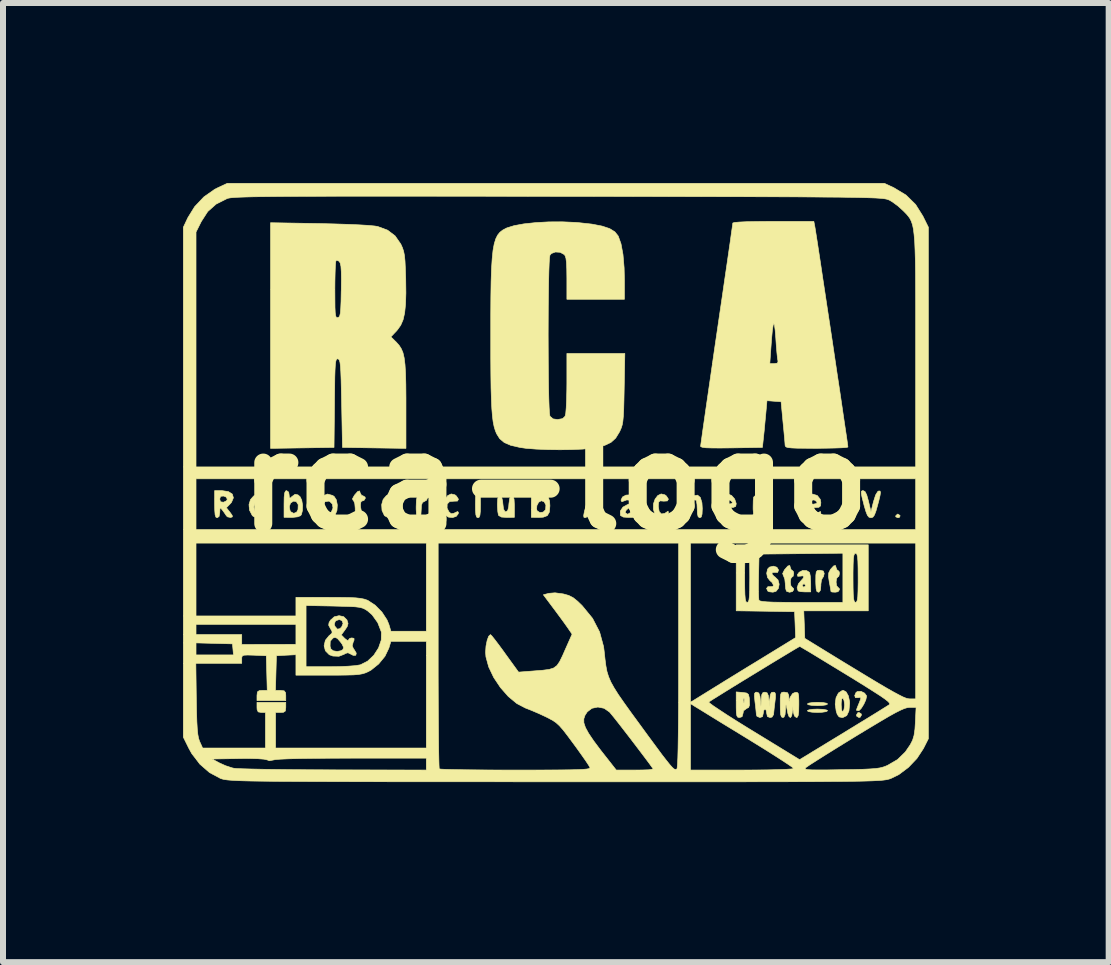
<source format=kicad_pcb>
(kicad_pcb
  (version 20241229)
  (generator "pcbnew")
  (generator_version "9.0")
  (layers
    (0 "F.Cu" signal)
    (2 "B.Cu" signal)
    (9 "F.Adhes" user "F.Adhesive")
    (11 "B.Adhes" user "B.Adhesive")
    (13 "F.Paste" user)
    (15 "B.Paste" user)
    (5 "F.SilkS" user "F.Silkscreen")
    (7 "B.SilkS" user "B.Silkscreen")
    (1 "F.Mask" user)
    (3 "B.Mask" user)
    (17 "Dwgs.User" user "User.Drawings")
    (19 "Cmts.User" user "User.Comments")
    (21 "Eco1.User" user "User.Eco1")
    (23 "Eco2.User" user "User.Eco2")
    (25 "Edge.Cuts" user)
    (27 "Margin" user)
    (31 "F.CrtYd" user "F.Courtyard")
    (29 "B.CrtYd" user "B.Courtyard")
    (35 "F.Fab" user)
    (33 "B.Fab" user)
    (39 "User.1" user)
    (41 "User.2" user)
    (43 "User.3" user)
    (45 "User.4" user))
  (footprint "rca-logo"
    (layer "F.Cu")
    (at 6.2 4.986)
    (property "Reference" "rca-logo" (at 0 0 0) (layer "F.SilkS") (effects (font (size 1.524 1.524) (thickness 0.3))))
    (attr through_hole)
    (fp_poly (pts (xy 4.812 0.543) (xy 4.817 0.576) (xy 4.786 0.593) (xy 4.747 0.57) (xy 4.741 0.548) (xy 4.758 0.515) (xy 4.775 0.514) (xy 4.812 0.543)) (stroke (width 0.01) (type solid)) (fill yes) (layer "F.SilkS"))
    (fp_poly (pts (xy 5.103 3.861) (xy 5.108 3.881) (xy 5.086 3.918) (xy 5.066 3.923) (xy 5.028 3.9) (xy 5.024 3.881) (xy 5.046 3.843) (xy 5.066 3.838) (xy 5.103 3.861)) (stroke (width 0.01) (type solid)) (fill yes) (layer "F.SilkS"))
    (fp_poly (pts (xy 5.748 0.554) (xy 5.752 0.562) (xy 5.738 0.588) (xy 5.715 0.593) (xy 5.68 0.578) (xy 5.678 0.562) (xy 5.707 0.533) (xy 5.715 0.532) (xy 5.748 0.554)) (stroke (width 0.01) (type solid)) (fill yes) (layer "F.SilkS"))
    (fp_poly (pts (xy 4.465 3.673) (xy 4.526 3.684) (xy 4.544 3.697) (xy 4.518 3.712) (xy 4.451 3.722) (xy 4.374 3.725) (xy 4.284 3.721) (xy 4.223 3.71) (xy 4.205 3.697) (xy 4.231 3.682) (xy 4.298 3.672) (xy 4.374 3.669) (xy 4.465 3.673)) (stroke (width 0.01) (type solid)) (fill yes) (layer "F.SilkS"))
    (fp_poly (pts (xy 4.465 3.786) (xy 4.526 3.797) (xy 4.544 3.81) (xy 4.518 3.825) (xy 4.451 3.835) (xy 4.374 3.838) (xy 4.284 3.834) (xy 4.223 3.823) (xy 4.205 3.81) (xy 4.231 3.795) (xy 4.298 3.785) (xy 4.374 3.782) (xy 4.465 3.786)) (stroke (width 0.01) (type solid)) (fill yes) (layer "F.SilkS"))
    (fp_poly (pts (xy -1.262 0.152) (xy -1.249 0.19) (xy -1.243 0.267) (xy -1.242 0.367) (xy -1.244 0.483) (xy -1.251 0.552) (xy -1.265 0.585) (xy -1.284 0.593) (xy -1.306 0.582) (xy -1.319 0.543) (xy -1.325 0.467) (xy -1.326 0.367) (xy -1.324 0.251) (xy -1.317 0.182) (xy -1.303 0.148) (xy -1.284 0.141) (xy -1.262 0.152)) (stroke (width 0.01) (type solid)) (fill yes) (layer "F.SilkS"))
    (fp_poly (pts (xy 4.472 1.481) (xy 4.487 1.522) (xy 4.474 1.576) (xy 4.459 1.595) (xy 4.441 1.632) (xy 4.431 1.702) (xy 4.431 1.723) (xy 4.424 1.801) (xy 4.4 1.833) (xy 4.389 1.834) (xy 4.365 1.822) (xy 4.352 1.778) (xy 4.347 1.693) (xy 4.346 1.651) (xy 4.347 1.552) (xy 4.354 1.497) (xy 4.372 1.473) (xy 4.405 1.468) (xy 4.417 1.468) (xy 4.472 1.481)) (stroke (width 0.01) (type solid)) (fill yes) (layer "F.SilkS"))
    (fp_poly (pts (xy -2.117 0.239) (xy -2.117 0.247) (xy -2.141 0.301) (xy -2.173 0.319) (xy -2.209 0.339) (xy -2.226 0.385) (xy -2.23 0.463) (xy -2.235 0.548) (xy -2.253 0.587) (xy -2.272 0.593) (xy -2.296 0.58) (xy -2.309 0.537) (xy -2.314 0.451) (xy -2.314 0.409) (xy -2.31 0.299) (xy -2.296 0.239) (xy -2.279 0.225) (xy -2.224 0.218) (xy -2.18 0.208) (xy -2.131 0.205) (xy -2.117 0.239)) (stroke (width 0.01) (type solid)) (fill yes) (layer "F.SilkS"))
    (fp_poly (pts (xy 5.16 3.516) (xy 5.192 3.56) (xy 5.193 3.57) (xy 5.18 3.629) (xy 5.147 3.701) (xy 5.107 3.766) (xy 5.07 3.805) (xy 5.059 3.809) (xy 5.026 3.803) (xy 5.024 3.799) (xy 5.033 3.769) (xy 5.058 3.706) (xy 5.068 3.683) (xy 5.094 3.616) (xy 5.096 3.588) (xy 5.072 3.587) (xy 5.054 3.592) (xy 5.007 3.592) (xy 4.995 3.556) (xy 5.017 3.505) (xy 5.04 3.489) (xy 5.101 3.487) (xy 5.16 3.516)) (stroke (width 0.01) (type solid)) (fill yes) (layer "F.SilkS"))
    (fp_poly (pts (xy -1.668 0.211) (xy -1.643 0.231) (xy -1.609 0.284) (xy -1.625 0.315) (xy -1.682 0.317) (xy -1.756 0.323) (xy -1.797 0.365) (xy -1.799 0.432) (xy -1.769 0.492) (xy -1.732 0.526) (xy -1.686 0.519) (xy -1.667 0.509) (xy -1.622 0.489) (xy -1.61 0.504) (xy -1.613 0.527) (xy -1.646 0.57) (xy -1.707 0.59) (xy -1.775 0.583) (xy -1.827 0.549) (xy -1.833 0.54) (xy -1.861 0.45) (xy -1.859 0.361) (xy -1.832 0.282) (xy -1.787 0.223) (xy -1.73 0.196) (xy -1.668 0.211)) (stroke (width 0.01) (type solid)) (fill yes) (layer "F.SilkS"))
    (fp_poly (pts (xy -0.695 0.24) (xy -0.682 0.288) (xy -0.677 0.38) (xy -0.677 0.406) (xy -0.677 0.586) (xy -0.802 0.588) (xy -0.892 0.582) (xy -0.937 0.557) (xy -0.943 0.547) (xy -0.953 0.494) (xy -0.959 0.41) (xy -0.96 0.365) (xy -0.955 0.276) (xy -0.938 0.233) (xy -0.919 0.226) (xy -0.89 0.247) (xy -0.873 0.316) (xy -0.869 0.36) (xy -0.858 0.448) (xy -0.835 0.489) (xy -0.818 0.494) (xy -0.789 0.475) (xy -0.772 0.412) (xy -0.768 0.36) (xy -0.755 0.27) (xy -0.732 0.229) (xy -0.718 0.226) (xy -0.695 0.24)) (stroke (width 0.01) (type solid)) (fill yes) (layer "F.SilkS"))
    (fp_poly (pts (xy 1.831 0.211) (xy 1.857 0.231) (xy 1.89 0.283) (xy 1.873 0.313) (xy 1.808 0.317) (xy 1.806 0.316) (xy 1.75 0.312) (xy 1.727 0.333) (xy 1.722 0.392) (xy 1.722 0.407) (xy 1.736 0.49) (xy 1.774 0.53) (xy 1.83 0.52) (xy 1.852 0.505) (xy 1.885 0.483) (xy 1.89 0.507) (xy 1.887 0.523) (xy 1.854 0.569) (xy 1.792 0.59) (xy 1.724 0.584) (xy 1.672 0.548) (xy 1.667 0.54) (xy 1.639 0.45) (xy 1.641 0.361) (xy 1.668 0.282) (xy 1.713 0.223) (xy 1.769 0.196) (xy 1.831 0.211)) (stroke (width 0.01) (type solid)) (fill yes) (layer "F.SilkS"))
    (fp_poly (pts (xy 3.126 3.505) (xy 3.192 3.514) (xy 3.224 3.537) (xy 3.237 3.591) (xy 3.24 3.636) (xy 3.242 3.715) (xy 3.227 3.755) (xy 3.191 3.773) (xy 3.142 3.811) (xy 3.133 3.856) (xy 3.118 3.909) (xy 3.076 3.923) (xy 3.047 3.918) (xy 3.031 3.895) (xy 3.022 3.843) (xy 3.02 3.75) (xy 3.02 3.71) (xy 3.02 3.641) (xy 3.137 3.641) (xy 3.142 3.681) (xy 3.151 3.676) (xy 3.155 3.618) (xy 3.151 3.605) (xy 3.141 3.602) (xy 3.137 3.641) (xy 3.02 3.641) (xy 3.02 3.496) (xy 3.126 3.505)) (stroke (width 0.01) (type solid)) (fill yes) (layer "F.SilkS"))
    (fp_poly (pts (xy 3.698 1.418) (xy 3.725 1.462) (xy 3.725 1.468) (xy 3.71 1.505) (xy 3.669 1.504) (xy 3.623 1.505) (xy 3.616 1.532) (xy 3.649 1.569) (xy 3.665 1.579) (xy 3.717 1.63) (xy 3.736 1.7) (xy 3.724 1.769) (xy 3.684 1.819) (xy 3.632 1.834) (xy 3.573 1.827) (xy 3.547 1.816) (xy 3.526 1.771) (xy 3.548 1.742) (xy 3.584 1.742) (xy 3.631 1.739) (xy 3.641 1.718) (xy 3.619 1.673) (xy 3.584 1.643) (xy 3.542 1.59) (xy 3.528 1.518) (xy 3.543 1.449) (xy 3.574 1.416) (xy 3.64 1.4) (xy 3.698 1.418)) (stroke (width 0.01) (type solid)) (fill yes) (layer "F.SilkS"))
    (fp_poly (pts (xy 4.685 1.425) (xy 4.7 1.463) (xy 4.713 1.468) (xy 4.736 1.491) (xy 4.741 1.524) (xy 4.73 1.57) (xy 4.713 1.58) (xy 4.693 1.605) (xy 4.685 1.664) (xy 4.685 1.665) (xy 4.693 1.725) (xy 4.713 1.75) (xy 4.713 1.75) (xy 4.738 1.773) (xy 4.741 1.792) (xy 4.717 1.826) (xy 4.671 1.834) (xy 4.618 1.831) (xy 4.6 1.824) (xy 4.595 1.793) (xy 4.583 1.724) (xy 4.572 1.667) (xy 4.558 1.573) (xy 4.562 1.512) (xy 4.587 1.462) (xy 4.593 1.452) (xy 4.644 1.396) (xy 4.675 1.389) (xy 4.685 1.425)) (stroke (width 0.01) (type solid)) (fill yes) (layer "F.SilkS"))
    (fp_poly (pts (xy -4.896 0.209) (xy -4.84 0.249) (xy -4.803 0.325) (xy -4.789 0.416) (xy -4.801 0.504) (xy -4.828 0.552) (xy -4.883 0.584) (xy -4.959 0.591) (xy -5.025 0.573) (xy -5.045 0.557) (xy -5.092 0.466) (xy -5.097 0.407) (xy -5.021 0.407) (xy -5.008 0.475) (xy -4.994 0.495) (xy -4.947 0.533) (xy -4.907 0.516) (xy -4.878 0.467) (xy -4.859 0.388) (xy -4.879 0.333) (xy -4.934 0.314) (xy -4.946 0.316) (xy -4.999 0.347) (xy -5.021 0.407) (xy -5.097 0.407) (xy -5.1 0.373) (xy -5.075 0.29) (xy -5.021 0.229) (xy -4.944 0.204) (xy -4.896 0.209)) (stroke (width 0.01) (type solid)) (fill yes) (layer "F.SilkS"))
    (fp_poly (pts (xy 5.167 0.157) (xy 5.195 0.212) (xy 5.224 0.314) (xy 5.225 0.318) (xy 5.266 0.494) (xy 5.308 0.325) (xy 5.344 0.213) (xy 5.38 0.155) (xy 5.396 0.147) (xy 5.417 0.148) (xy 5.425 0.169) (xy 5.418 0.219) (xy 5.397 0.309) (xy 5.382 0.365) (xy 5.35 0.479) (xy 5.324 0.548) (xy 5.298 0.583) (xy 5.268 0.593) (xy 5.265 0.593) (xy 5.233 0.584) (xy 5.207 0.553) (xy 5.181 0.487) (xy 5.149 0.378) (xy 5.147 0.367) (xy 5.118 0.256) (xy 5.105 0.189) (xy 5.105 0.155) (xy 5.12 0.142) (xy 5.135 0.141) (xy 5.167 0.157)) (stroke (width 0.01) (type solid)) (fill yes) (layer "F.SilkS"))
    (fp_poly (pts (xy -3.246 0.183) (xy -3.223 0.221) (xy -3.203 0.226) (xy -3.166 0.248) (xy -3.161 0.268) (xy -3.184 0.305) (xy -3.205 0.31) (xy -3.234 0.325) (xy -3.242 0.375) (xy -3.24 0.416) (xy -3.226 0.489) (xy -3.2 0.515) (xy -3.196 0.515) (xy -3.165 0.531) (xy -3.161 0.55) (xy -3.184 0.58) (xy -3.236 0.594) (xy -3.291 0.587) (xy -3.311 0.574) (xy -3.323 0.536) (xy -3.33 0.464) (xy -3.33 0.435) (xy -3.337 0.357) (xy -3.356 0.31) (xy -3.364 0.304) (xy -3.376 0.278) (xy -3.345 0.222) (xy -3.343 0.218) (xy -3.29 0.157) (xy -3.257 0.146) (xy -3.246 0.183)) (stroke (width 0.01) (type solid)) (fill yes) (layer "F.SilkS"))
    (fp_poly (pts (xy 3.923 1.425) (xy 3.938 1.463) (xy 3.951 1.468) (xy 3.974 1.491) (xy 3.979 1.524) (xy 3.968 1.57) (xy 3.951 1.58) (xy 3.931 1.605) (xy 3.923 1.664) (xy 3.923 1.665) (xy 3.931 1.725) (xy 3.951 1.75) (xy 3.951 1.75) (xy 3.976 1.773) (xy 3.979 1.792) (xy 3.957 1.824) (xy 3.908 1.835) (xy 3.861 1.819) (xy 3.857 1.816) (xy 3.845 1.777) (xy 3.838 1.707) (xy 3.838 1.694) (xy 3.83 1.617) (xy 3.81 1.564) (xy 3.807 1.56) (xy 3.794 1.522) (xy 3.823 1.464) (xy 3.828 1.457) (xy 3.88 1.398) (xy 3.912 1.388) (xy 3.923 1.425)) (stroke (width 0.01) (type solid)) (fill yes) (layer "F.SilkS"))
    (fp_poly (pts (xy -3.708 0.221) (xy -3.682 0.237) (xy -3.644 0.295) (xy -3.628 0.381) (xy -3.634 0.472) (xy -3.664 0.544) (xy -3.666 0.547) (xy -3.727 0.583) (xy -3.807 0.591) (xy -3.877 0.569) (xy -3.889 0.559) (xy -3.91 0.511) (xy -3.922 0.432) (xy -3.923 0.406) (xy -3.918 0.377) (xy -3.861 0.377) (xy -3.849 0.453) (xy -3.843 0.467) (xy -3.804 0.525) (xy -3.763 0.528) (xy -3.727 0.495) (xy -3.7 0.43) (xy -3.711 0.365) (xy -3.754 0.322) (xy -3.775 0.316) (xy -3.835 0.327) (xy -3.861 0.377) (xy -3.918 0.377) (xy -3.906 0.296) (xy -3.859 0.225) (xy -3.791 0.198) (xy -3.708 0.221)) (stroke (width 0.01) (type solid)) (fill yes) (layer "F.SilkS"))
    (fp_poly (pts (xy 3.55 0.257) (xy 3.577 0.343) (xy 3.584 0.439) (xy 3.58 0.532) (xy 3.567 0.58) (xy 3.542 0.593) (xy 3.515 0.577) (xy 3.502 0.523) (xy 3.5 0.456) (xy 3.496 0.358) (xy 3.481 0.307) (xy 3.452 0.294) (xy 3.426 0.301) (xy 3.398 0.342) (xy 3.387 0.435) (xy 3.387 0.455) (xy 3.382 0.542) (xy 3.366 0.585) (xy 3.344 0.593) (xy 3.321 0.581) (xy 3.308 0.537) (xy 3.302 0.452) (xy 3.302 0.406) (xy 3.304 0.306) (xy 3.31 0.252) (xy 3.326 0.231) (xy 3.354 0.233) (xy 3.354 0.233) (xy 3.422 0.232) (xy 3.451 0.222) (xy 3.507 0.215) (xy 3.55 0.257)) (stroke (width 0.01) (type solid)) (fill yes) (layer "F.SilkS"))
    (fp_poly (pts (xy 4.853 3.497) (xy 4.89 3.563) (xy 4.909 3.653) (xy 4.911 3.687) (xy 4.899 3.813) (xy 4.862 3.891) (xy 4.799 3.922) (xy 4.784 3.923) (xy 4.735 3.912) (xy 4.704 3.87) (xy 4.686 3.814) (xy 4.672 3.711) (xy 4.77 3.711) (xy 4.775 3.79) (xy 4.789 3.825) (xy 4.798 3.824) (xy 4.817 3.787) (xy 4.826 3.718) (xy 4.826 3.711) (xy 4.818 3.642) (xy 4.8 3.6) (xy 4.798 3.598) (xy 4.78 3.612) (xy 4.771 3.673) (xy 4.77 3.711) (xy 4.672 3.711) (xy 4.67 3.696) (xy 4.684 3.592) (xy 4.724 3.514) (xy 4.785 3.474) (xy 4.808 3.471) (xy 4.853 3.497)) (stroke (width 0.01) (type solid)) (fill yes) (layer "F.SilkS"))
    (fp_poly (pts (xy -0.318 0.165) (xy -0.31 0.198) (xy -0.305 0.244) (xy -0.279 0.248) (xy -0.228 0.22) (xy -0.164 0.203) (xy -0.117 0.236) (xy -0.09 0.317) (xy -0.085 0.395) (xy -0.094 0.499) (xy -0.128 0.558) (xy -0.197 0.584) (xy -0.276 0.588) (xy -0.395 0.586) (xy -0.395 0.453) (xy -0.307 0.453) (xy -0.297 0.478) (xy -0.253 0.506) (xy -0.197 0.499) (xy -0.158 0.46) (xy -0.156 0.456) (xy -0.152 0.38) (xy -0.182 0.326) (xy -0.228 0.31) (xy -0.272 0.334) (xy -0.302 0.39) (xy -0.307 0.453) (xy -0.395 0.453) (xy -0.395 0.364) (xy -0.393 0.249) (xy -0.386 0.18) (xy -0.371 0.148) (xy -0.353 0.141) (xy -0.318 0.165)) (stroke (width 0.01) (type solid)) (fill yes) (layer "F.SilkS"))
    (fp_poly (pts (xy 2.25 0.165) (xy 2.258 0.199) (xy 2.266 0.238) (xy 2.299 0.233) (xy 2.312 0.227) (xy 2.376 0.216) (xy 2.422 0.255) (xy 2.449 0.343) (xy 2.455 0.439) (xy 2.451 0.532) (xy 2.438 0.58) (xy 2.413 0.593) (xy 2.386 0.577) (xy 2.373 0.523) (xy 2.371 0.456) (xy 2.367 0.373) (xy 2.358 0.315) (xy 2.352 0.301) (xy 2.318 0.294) (xy 2.286 0.331) (xy 2.264 0.4) (xy 2.258 0.469) (xy 2.252 0.552) (xy 2.232 0.588) (xy 2.215 0.593) (xy 2.194 0.582) (xy 2.181 0.543) (xy 2.174 0.467) (xy 2.173 0.367) (xy 2.175 0.251) (xy 2.182 0.182) (xy 2.197 0.148) (xy 2.215 0.141) (xy 2.25 0.165)) (stroke (width 0.01) (type solid)) (fill yes) (layer "F.SilkS"))
    (fp_poly (pts (xy 4.192 1.473) (xy 4.239 1.502) (xy 4.244 1.512) (xy 4.255 1.566) (xy 4.261 1.651) (xy 4.262 1.693) (xy 4.262 1.829) (xy 4.165 1.829) (xy 4.095 1.825) (xy 4.054 1.814) (xy 4.052 1.813) (xy 4.035 1.761) (xy 4.048 1.722) (xy 4.12 1.722) (xy 4.142 1.749) (xy 4.149 1.75) (xy 4.176 1.728) (xy 4.177 1.722) (xy 4.155 1.694) (xy 4.149 1.693) (xy 4.121 1.715) (xy 4.12 1.722) (xy 4.048 1.722) (xy 4.056 1.695) (xy 4.092 1.651) (xy 4.134 1.604) (xy 4.149 1.574) (xy 4.127 1.561) (xy 4.092 1.566) (xy 4.045 1.569) (xy 4.04 1.541) (xy 4.07 1.501) (xy 4.127 1.472) (xy 4.192 1.473)) (stroke (width 0.01) (type solid)) (fill yes) (layer "F.SilkS"))
    (fp_poly (pts (xy -4.439 0.166) (xy -4.431 0.214) (xy -4.427 0.263) (xy -4.409 0.263) (xy -4.387 0.242) (xy -4.332 0.202) (xy -4.284 0.212) (xy -4.249 0.242) (xy -4.221 0.3) (xy -4.207 0.384) (xy -4.209 0.472) (xy -4.227 0.541) (xy -4.241 0.559) (xy -4.291 0.578) (xy -4.37 0.587) (xy -4.396 0.588) (xy -4.516 0.586) (xy -4.516 0.407) (xy -4.428 0.407) (xy -4.416 0.473) (xy -4.403 0.494) (xy -4.354 0.52) (xy -4.306 0.5) (xy -4.283 0.456) (xy -4.28 0.374) (xy -4.311 0.325) (xy -4.357 0.316) (xy -4.407 0.347) (xy -4.428 0.407) (xy -4.516 0.407) (xy -4.516 0.364) (xy -4.514 0.249) (xy -4.506 0.18) (xy -4.491 0.148) (xy -4.473 0.141) (xy -4.439 0.166)) (stroke (width 0.01) (type solid)) (fill yes) (layer "F.SilkS"))
    (fp_poly (pts (xy 1.295 0.224) (xy 1.329 0.251) (xy 1.348 0.297) (xy 1.354 0.376) (xy 1.355 0.421) (xy 1.355 0.586) (xy 1.23 0.588) (xy 1.139 0.582) (xy 1.094 0.557) (xy 1.089 0.547) (xy 1.09 0.497) (xy 1.171 0.497) (xy 1.173 0.511) (xy 1.211 0.535) (xy 1.25 0.512) (xy 1.26 0.493) (xy 1.266 0.446) (xy 1.26 0.432) (xy 1.229 0.432) (xy 1.191 0.461) (xy 1.171 0.497) (xy 1.09 0.497) (xy 1.09 0.479) (xy 1.132 0.416) (xy 1.2 0.378) (xy 1.253 0.357) (xy 1.27 0.337) (xy 1.248 0.301) (xy 1.196 0.296) (xy 1.158 0.31) (xy 1.114 0.326) (xy 1.101 0.304) (xy 1.101 0.297) (xy 1.125 0.247) (xy 1.183 0.216) (xy 1.254 0.211) (xy 1.295 0.224)) (stroke (width 0.01) (type solid)) (fill yes) (layer "F.SilkS"))
    (fp_poly (pts (xy 2.943 0.222) (xy 2.994 0.28) (xy 3.019 0.352) (xy 3.02 0.362) (xy 3.011 0.404) (xy 2.972 0.421) (xy 2.919 0.423) (xy 2.852 0.429) (xy 2.827 0.45) (xy 2.828 0.473) (xy 2.858 0.51) (xy 2.917 0.517) (xy 2.974 0.522) (xy 2.984 0.545) (xy 2.949 0.574) (xy 2.885 0.586) (xy 2.817 0.581) (xy 2.773 0.56) (xy 2.744 0.499) (xy 2.737 0.411) (xy 2.748 0.332) (xy 2.829 0.332) (xy 2.843 0.359) (xy 2.893 0.367) (xy 2.948 0.356) (xy 2.956 0.332) (xy 2.922 0.302) (xy 2.893 0.296) (xy 2.843 0.313) (xy 2.829 0.332) (xy 2.748 0.332) (xy 2.75 0.321) (xy 2.781 0.253) (xy 2.789 0.244) (xy 2.846 0.208) (xy 2.884 0.198) (xy 2.943 0.222)) (stroke (width 0.01) (type solid)) (fill yes) (layer "F.SilkS"))
    (fp_poly (pts (xy 4.371 0.222) (xy 4.421 0.286) (xy 4.431 0.34) (xy 4.425 0.396) (xy 4.397 0.419) (xy 4.332 0.423) (xy 4.257 0.433) (xy 4.233 0.464) (xy 4.257 0.505) (xy 4.31 0.525) (xy 4.37 0.519) (xy 4.39 0.507) (xy 4.423 0.488) (xy 4.431 0.515) (xy 4.431 0.516) (xy 4.407 0.562) (xy 4.35 0.587) (xy 4.279 0.592) (xy 4.214 0.573) (xy 4.178 0.538) (xy 4.153 0.451) (xy 4.159 0.357) (xy 4.168 0.332) (xy 4.24 0.332) (xy 4.254 0.359) (xy 4.304 0.367) (xy 4.359 0.356) (xy 4.367 0.332) (xy 4.333 0.302) (xy 4.304 0.296) (xy 4.254 0.313) (xy 4.24 0.332) (xy 4.168 0.332) (xy 4.19 0.273) (xy 4.24 0.215) (xy 4.292 0.198) (xy 4.371 0.222)) (stroke (width 0.01) (type solid)) (fill yes) (layer "F.SilkS"))
    (fp_poly (pts (xy -5.444 0.157) (xy -5.378 0.199) (xy -5.36 0.261) (xy -5.392 0.337) (xy -5.42 0.368) (xy -5.477 0.426) (xy -5.417 0.502) (xy -5.38 0.554) (xy -5.377 0.578) (xy -5.406 0.589) (xy -5.459 0.578) (xy -5.477 0.56) (xy -5.512 0.508) (xy -5.543 0.466) (xy -5.572 0.431) (xy -5.584 0.44) (xy -5.587 0.498) (xy -5.587 0.501) (xy -5.599 0.572) (xy -5.63 0.593) (xy -5.652 0.582) (xy -5.665 0.543) (xy -5.671 0.467) (xy -5.673 0.367) (xy -5.673 0.282) (xy -5.588 0.282) (xy -5.575 0.327) (xy -5.527 0.334) (xy -5.524 0.334) (xy -5.475 0.311) (xy -5.461 0.282) (xy -5.485 0.246) (xy -5.524 0.231) (xy -5.574 0.236) (xy -5.588 0.28) (xy -5.588 0.282) (xy -5.673 0.282) (xy -5.673 0.141) (xy -5.551 0.141) (xy -5.444 0.157)) (stroke (width 0.01) (type solid)) (fill yes) (layer "F.SilkS"))
    (fp_poly (pts (xy -2.65 0.251) (xy -2.648 0.253) (xy -2.6 0.333) (xy -2.601 0.389) (xy -2.65 0.419) (xy -2.694 0.423) (xy -2.775 0.433) (xy -2.808 0.459) (xy -2.789 0.499) (xy -2.777 0.51) (xy -2.731 0.533) (xy -2.678 0.513) (xy -2.676 0.512) (xy -2.635 0.491) (xy -2.627 0.509) (xy -2.63 0.527) (xy -2.662 0.566) (xy -2.724 0.587) (xy -2.792 0.586) (xy -2.841 0.559) (xy -2.842 0.559) (xy -2.883 0.472) (xy -2.889 0.376) (xy -2.883 0.353) (xy -2.814 0.353) (xy -2.797 0.365) (xy -2.744 0.367) (xy -2.682 0.36) (xy -2.653 0.343) (xy -2.653 0.342) (xy -2.675 0.308) (xy -2.725 0.297) (xy -2.779 0.313) (xy -2.791 0.324) (xy -2.814 0.353) (xy -2.883 0.353) (xy -2.864 0.288) (xy -2.811 0.225) (xy -2.772 0.207) (xy -2.705 0.206) (xy -2.65 0.251)) (stroke (width 0.01) (type solid)) (fill yes) (layer "F.SilkS"))
    (fp_poly (pts (xy 0.683 0.162) (xy 0.711 0.189) (xy 0.737 0.247) (xy 0.769 0.346) (xy 0.777 0.374) (xy 0.807 0.482) (xy 0.822 0.547) (xy 0.822 0.58) (xy 0.807 0.591) (xy 0.787 0.593) (xy 0.742 0.571) (xy 0.734 0.536) (xy 0.72 0.494) (xy 0.669 0.48) (xy 0.652 0.48) (xy 0.584 0.495) (xy 0.556 0.536) (xy 0.527 0.582) (xy 0.5 0.593) (xy 0.481 0.584) (xy 0.478 0.553) (xy 0.49 0.489) (xy 0.519 0.382) (xy 0.52 0.379) (xy 0.613 0.379) (xy 0.645 0.395) (xy 0.649 0.395) (xy 0.684 0.381) (xy 0.685 0.33) (xy 0.684 0.325) (xy 0.667 0.272) (xy 0.649 0.254) (xy 0.628 0.278) (xy 0.614 0.325) (xy 0.613 0.379) (xy 0.52 0.379) (xy 0.522 0.374) (xy 0.555 0.264) (xy 0.582 0.198) (xy 0.609 0.165) (xy 0.641 0.155) (xy 0.649 0.155) (xy 0.683 0.162)) (stroke (width 0.01) (type solid)) (fill yes) (layer "F.SilkS"))
    (fp_poly (pts (xy 3.663 3.505) (xy 3.675 3.532) (xy 3.674 3.592) (xy 3.666 3.662) (xy 3.654 3.76) (xy 3.646 3.84) (xy 3.643 3.873) (xy 3.617 3.915) (xy 3.584 3.923) (xy 3.54 3.906) (xy 3.528 3.852) (xy 3.518 3.799) (xy 3.5 3.782) (xy 3.478 3.806) (xy 3.471 3.852) (xy 3.458 3.908) (xy 3.415 3.923) (xy 3.366 3.902) (xy 3.356 3.873) (xy 3.351 3.819) (xy 3.342 3.731) (xy 3.333 3.662) (xy 3.324 3.57) (xy 3.326 3.521) (xy 3.343 3.502) (xy 3.362 3.5) (xy 3.397 3.514) (xy 3.416 3.567) (xy 3.422 3.619) (xy 3.433 3.739) (xy 3.438 3.619) (xy 3.446 3.542) (xy 3.466 3.507) (xy 3.498 3.5) (xy 3.535 3.511) (xy 3.555 3.555) (xy 3.564 3.619) (xy 3.574 3.739) (xy 3.579 3.619) (xy 3.588 3.541) (xy 3.608 3.506) (xy 3.635 3.5) (xy 3.663 3.505)) (stroke (width 0.01) (type solid)) (fill yes) (layer "F.SilkS"))
    (fp_poly (pts (xy 3.877 3.51) (xy 3.896 3.554) (xy 3.897 3.577) (xy 3.9 3.655) (xy 3.92 3.584) (xy 3.96 3.523) (xy 4.002 3.505) (xy 4.033 3.503) (xy 4.052 3.518) (xy 4.061 3.561) (xy 4.064 3.643) (xy 4.064 3.709) (xy 4.062 3.823) (xy 4.053 3.889) (xy 4.037 3.919) (xy 4.023 3.923) (xy 3.99 3.897) (xy 3.972 3.831) (xy 3.96 3.739) (xy 3.956 3.831) (xy 3.945 3.894) (xy 3.925 3.923) (xy 3.923 3.923) (xy 3.901 3.908) (xy 3.882 3.858) (xy 3.863 3.762) (xy 3.857 3.725) (xy 3.85 3.709) (xy 3.844 3.742) (xy 3.842 3.789) (xy 3.834 3.876) (xy 3.815 3.917) (xy 3.796 3.923) (xy 3.774 3.912) (xy 3.76 3.872) (xy 3.755 3.792) (xy 3.754 3.711) (xy 3.754 3.604) (xy 3.76 3.54) (xy 3.773 3.51) (xy 3.799 3.5) (xy 3.824 3.5) (xy 3.877 3.51)) (stroke (width 0.01) (type solid)) (fill yes) (layer "F.SilkS"))
    (fp_poly (pts (xy -3.522 2.242) (xy -3.468 2.296) (xy -3.466 2.301) (xy -3.449 2.356) (xy -3.464 2.408) (xy -3.498 2.459) (xy -3.562 2.546) (xy -3.503 2.606) (xy -3.461 2.638) (xy -3.443 2.633) (xy -3.443 2.631) (xy -3.42 2.603) (xy -3.387 2.596) (xy -3.35 2.603) (xy -3.349 2.633) (xy -3.364 2.667) (xy -3.38 2.729) (xy -3.357 2.779) (xy -3.346 2.792) (xy -3.312 2.849) (xy -3.32 2.885) (xy -3.363 2.887) (xy -3.398 2.869) (xy -3.451 2.843) (xy -3.496 2.856) (xy -3.513 2.868) (xy -3.601 2.902) (xy -3.702 2.898) (xy -3.762 2.876) (xy -3.827 2.81) (xy -3.846 2.734) (xy -3.749 2.734) (xy -3.736 2.778) (xy -3.698 2.81) (xy -3.632 2.822) (xy -3.565 2.809) (xy -3.535 2.79) (xy -3.523 2.755) (xy -3.548 2.701) (xy -3.575 2.664) (xy -3.626 2.605) (xy -3.665 2.587) (xy -3.7 2.598) (xy -3.746 2.651) (xy -3.749 2.734) (xy -3.846 2.734) (xy -3.848 2.725) (xy -3.827 2.635) (xy -3.762 2.555) (xy -3.749 2.546) (xy -3.716 2.515) (xy -3.718 2.481) (xy -3.743 2.44) (xy -3.772 2.385) (xy -3.77 2.368) (xy -3.679 2.368) (xy -3.667 2.403) (xy -3.627 2.45) (xy -3.584 2.441) (xy -3.556 2.413) (xy -3.532 2.355) (xy -3.55 2.309) (xy -3.594 2.289) (xy -3.649 2.308) (xy -3.662 2.319) (xy -3.679 2.368) (xy -3.77 2.368) (xy -3.766 2.341) (xy -3.742 2.3) (xy -3.679 2.244) (xy -3.599 2.225) (xy -3.522 2.242)) (stroke (width 0.01) (type solid)) (fill yes) (layer "F.SilkS"))
    (fp_poly (pts (xy -3.916 -4.31) (xy -3.677 -4.304) (xy -3.459 -4.297) (xy -3.271 -4.289) (xy -3.119 -4.28) (xy -3.01 -4.27) (xy -2.957 -4.262) (xy -2.79 -4.2) (xy -2.665 -4.105) (xy -2.572 -3.971) (xy -2.569 -3.966) (xy -2.542 -3.906) (xy -2.523 -3.848) (xy -2.509 -3.778) (xy -2.5 -3.687) (xy -2.494 -3.562) (xy -2.488 -3.392) (xy -2.488 -3.386) (xy -2.485 -3.152) (xy -2.491 -2.966) (xy -2.506 -2.82) (xy -2.532 -2.706) (xy -2.571 -2.616) (xy -2.624 -2.541) (xy -2.639 -2.523) (xy -2.735 -2.422) (xy -2.641 -2.329) (xy -2.597 -2.279) (xy -2.562 -2.224) (xy -2.534 -2.158) (xy -2.514 -2.072) (xy -2.5 -1.96) (xy -2.491 -1.816) (xy -2.486 -1.633) (xy -2.484 -1.404) (xy -2.484 -1.271) (xy -2.484 -0.563) (xy -3.013 -0.571) (xy -3.542 -0.579) (xy -3.556 -1.312) (xy -3.561 -1.535) (xy -3.565 -1.709) (xy -3.57 -1.839) (xy -3.576 -1.931) (xy -3.583 -1.992) (xy -3.592 -2.029) (xy -3.604 -2.048) (xy -3.619 -2.055) (xy -3.634 -2.054) (xy -3.645 -2.042) (xy -3.654 -2.011) (xy -3.661 -1.956) (xy -3.666 -1.871) (xy -3.67 -1.749) (xy -3.672 -1.584) (xy -3.675 -1.37) (xy -3.675 -1.321) (xy -3.683 -0.579) (xy -4.212 -0.571) (xy -4.741 -0.563) (xy -4.741 -3.215) (xy -3.669 -3.215) (xy -3.668 -3.04) (xy -3.667 -2.913) (xy -3.663 -2.827) (xy -3.656 -2.775) (xy -3.646 -2.749) (xy -3.63 -2.742) (xy -3.619 -2.743) (xy -3.601 -2.752) (xy -3.587 -2.775) (xy -3.577 -2.821) (xy -3.571 -2.898) (xy -3.566 -3.014) (xy -3.563 -3.177) (xy -3.562 -3.201) (xy -3.56 -3.38) (xy -3.562 -3.51) (xy -3.568 -3.599) (xy -3.581 -3.655) (xy -3.602 -3.684) (xy -3.632 -3.696) (xy -3.648 -3.697) (xy -3.655 -3.67) (xy -3.661 -3.596) (xy -3.665 -3.484) (xy -3.668 -3.343) (xy -3.669 -3.215) (xy -4.741 -3.215) (xy -4.741 -4.324) (xy -3.916 -4.31)) (stroke (width 0.01) (type solid)) (fill yes) (layer "F.SilkS"))
    (fp_poly (pts (xy 4.329 -4.269) (xy 4.336 -4.228) (xy 4.35 -4.139) (xy 4.371 -4.006) (xy 4.397 -3.835) (xy 4.428 -3.632) (xy 4.462 -3.403) (xy 4.5 -3.153) (xy 4.54 -2.887) (xy 4.582 -2.612) (xy 4.624 -2.334) (xy 4.665 -2.057) (xy 4.705 -1.788) (xy 4.744 -1.532) (xy 4.779 -1.295) (xy 4.81 -1.083) (xy 4.837 -0.901) (xy 4.859 -0.755) (xy 4.874 -0.651) (xy 4.881 -0.594) (xy 4.882 -0.585) (xy 4.856 -0.579) (xy 4.781 -0.573) (xy 4.668 -0.569) (xy 4.525 -0.566) (xy 4.36 -0.564) (xy 4.176 -0.565) (xy 4.041 -0.566) (xy 3.947 -0.57) (xy 3.887 -0.576) (xy 3.853 -0.586) (xy 3.839 -0.6) (xy 3.835 -0.614) (xy 3.832 -0.66) (xy 3.824 -0.75) (xy 3.813 -0.87) (xy 3.8 -1.002) (xy 3.768 -1.341) (xy 3.65 -1.349) (xy 3.533 -1.358) (xy 3.513 -1.137) (xy 3.5 -1.001) (xy 3.487 -0.86) (xy 3.475 -0.748) (xy 3.457 -0.579) (xy 2.942 -0.571) (xy 2.752 -0.569) (xy 2.612 -0.57) (xy 2.516 -0.573) (xy 2.457 -0.581) (xy 2.431 -0.591) (xy 2.427 -0.599) (xy 2.431 -0.633) (xy 2.443 -0.717) (xy 2.461 -0.848) (xy 2.486 -1.021) (xy 2.516 -1.23) (xy 2.551 -1.471) (xy 2.59 -1.74) (xy 2.624 -1.976) (xy 3.58 -1.976) (xy 3.654 -1.976) (xy 3.708 -1.984) (xy 3.717 -2.015) (xy 3.715 -2.025) (xy 3.707 -2.072) (xy 3.698 -2.162) (xy 3.688 -2.281) (xy 3.68 -2.399) (xy 3.669 -2.535) (xy 3.658 -2.617) (xy 3.647 -2.644) (xy 3.636 -2.616) (xy 3.623 -2.533) (xy 3.61 -2.393) (xy 3.6 -2.258) (xy 3.58 -1.976) (xy 2.624 -1.976) (xy 2.632 -2.032) (xy 2.677 -2.342) (xy 2.695 -2.464) (xy 2.741 -2.778) (xy 2.785 -3.077) (xy 2.825 -3.354) (xy 2.862 -3.606) (xy 2.894 -3.827) (xy 2.921 -4.013) (xy 2.941 -4.159) (xy 2.956 -4.261) (xy 2.963 -4.313) (xy 2.963 -4.319) (xy 2.991 -4.328) (xy 3.07 -4.335) (xy 3.196 -4.341) (xy 3.364 -4.344) (xy 3.57 -4.346) (xy 3.638 -4.346) (xy 4.314 -4.346) (xy 4.329 -4.269)) (stroke (width 0.01) (type solid)) (fill yes) (layer "F.SilkS"))
    (fp_poly (pts (xy 0.348 -4.329) (xy 0.395 -4.325) (xy 0.615 -4.301) (xy 0.785 -4.268) (xy 0.911 -4.226) (xy 0.998 -4.172) (xy 1.053 -4.103) (xy 1.054 -4.101) (xy 1.1 -3.973) (xy 1.133 -3.795) (xy 1.152 -3.572) (xy 1.157 -3.367) (xy 1.157 -3.048) (xy 0.198 -3.048) (xy 0.198 -3.399) (xy 0.196 -3.554) (xy 0.191 -3.662) (xy 0.182 -3.733) (xy 0.167 -3.776) (xy 0.153 -3.794) (xy 0.086 -3.831) (xy 0.007 -3.836) (xy -0.06 -3.811) (xy -0.084 -3.784) (xy -0.091 -3.743) (xy -0.097 -3.652) (xy -0.102 -3.519) (xy -0.106 -3.351) (xy -0.109 -3.154) (xy -0.112 -2.936) (xy -0.113 -2.703) (xy -0.114 -2.462) (xy -0.113 -2.221) (xy -0.112 -1.986) (xy -0.11 -1.765) (xy -0.107 -1.563) (xy -0.103 -1.39) (xy -0.098 -1.25) (xy -0.092 -1.152) (xy -0.085 -1.102) (xy -0.084 -1.099) (xy -0.033 -1.055) (xy 0.042 -1.044) (xy 0.127 -1.059) (xy 0.168 -1.099) (xy 0.179 -1.146) (xy 0.187 -1.241) (xy 0.193 -1.375) (xy 0.197 -1.539) (xy 0.198 -1.649) (xy 0.198 -2.145) (xy 1.164 -2.145) (xy 1.153 -1.559) (xy 1.149 -1.361) (xy 1.145 -1.211) (xy 1.139 -1.099) (xy 1.131 -1.016) (xy 1.12 -0.954) (xy 1.104 -0.903) (xy 1.083 -0.855) (xy 1.072 -0.833) (xy 1.011 -0.734) (xy 0.933 -0.663) (xy 0.828 -0.613) (xy 0.683 -0.578) (xy 0.606 -0.566) (xy 0.463 -0.551) (xy 0.283 -0.543) (xy 0.082 -0.54) (xy -0.123 -0.543) (xy -0.316 -0.551) (xy -0.482 -0.564) (xy -0.581 -0.578) (xy -0.735 -0.613) (xy -0.845 -0.66) (xy -0.921 -0.724) (xy -0.974 -0.808) (xy -0.996 -0.863) (xy -1.015 -0.927) (xy -1.031 -1.006) (xy -1.043 -1.104) (xy -1.053 -1.227) (xy -1.06 -1.38) (xy -1.066 -1.568) (xy -1.069 -1.796) (xy -1.071 -2.07) (xy -1.071 -2.394) (xy -1.071 -2.441) (xy -1.071 -2.793) (xy -1.069 -3.093) (xy -1.065 -3.345) (xy -1.058 -3.555) (xy -1.047 -3.726) (xy -1.033 -3.863) (xy -1.013 -3.971) (xy -0.988 -4.054) (xy -0.957 -4.117) (xy -0.918 -4.165) (xy -0.872 -4.201) (xy -0.818 -4.23) (xy -0.801 -4.238) (xy -0.682 -4.275) (xy -0.518 -4.305) (xy -0.321 -4.326) (xy -0.104 -4.338) (xy 0.123 -4.339) (xy 0.348 -4.329)) (stroke (width 0.01) (type solid)) (fill yes) (layer "F.SilkS"))
    (fp_poly (pts (xy 5.648 -4.907) (xy 5.85 -4.785) (xy 6.01 -4.628) (xy 6.131 -4.435) (xy 6.223 -4.249) (xy 6.223 4.276) (xy 6.14 4.44) (xy 6.032 4.605) (xy 5.89 4.754) (xy 5.73 4.874) (xy 5.601 4.937) (xy 5.582 4.944) (xy 5.562 4.95) (xy 5.539 4.956) (xy 5.51 4.961) (xy 5.473 4.966) (xy 5.425 4.971) (xy 5.365 4.974) (xy 5.289 4.978) (xy 5.195 4.981) (xy 5.082 4.984) (xy 4.945 4.986) (xy 4.784 4.988) (xy 4.595 4.989) (xy 4.377 4.991) (xy 4.126 4.992) (xy 3.841 4.993) (xy 3.518 4.993) (xy 3.156 4.994) (xy 2.752 4.994) (xy 2.304 4.994) (xy 1.809 4.994) (xy 1.265 4.994) (xy 0.669 4.994) (xy 0.019 4.994) (xy 0.006 4.994) (xy -0.645 4.994) (xy -1.242 4.993) (xy -1.787 4.993) (xy -2.283 4.993) (xy -2.733 4.993) (xy -3.137 4.992) (xy -3.5 4.991) (xy -3.824 4.99) (xy -4.11 4.989) (xy -4.361 4.988) (xy -4.581 4.987) (xy -4.77 4.985) (xy -4.931 4.983) (xy -5.068 4.981) (xy -5.182 4.978) (xy -5.276 4.975) (xy -5.351 4.971) (xy -5.412 4.967) (xy -5.459 4.963) (xy -5.496 4.958) (xy -5.524 4.953) (xy -5.547 4.947) (xy -5.566 4.941) (xy -5.579 4.936) (xy -5.758 4.84) (xy -5.92 4.699) (xy -5.984 4.614) (xy -5.715 4.614) (xy -5.592 4.68) (xy -5.49 4.726) (xy -5.383 4.761) (xy -5.353 4.768) (xy -5.303 4.773) (xy -5.202 4.777) (xy -5.056 4.781) (xy -4.87 4.785) (xy -4.651 4.788) (xy -4.403 4.791) (xy -4.133 4.793) (xy -3.846 4.794) (xy -3.69 4.795) (xy -2.145 4.798) (xy -2.145 4.6) (xy -3.389 4.6) (xy -3.724 4.601) (xy -4.013 4.603) (xy -4.252 4.606) (xy -4.441 4.611) (xy -4.578 4.617) (xy -4.661 4.624) (xy -4.687 4.629) (xy -4.76 4.643) (xy -4.797 4.629) (xy -4.85 4.617) (xy -4.952 4.609) (xy -5.097 4.605) (xy -5.278 4.606) (xy -5.284 4.607) (xy -5.715 4.614) (xy -5.984 4.614) (xy -6.054 4.524) (xy -6.102 4.437) (xy -6.195 4.249) (xy -6.195 3.02) (xy -5.986 3.02) (xy -5.978 3.619) (xy -5.974 3.83) (xy -5.969 3.992) (xy -5.962 4.113) (xy -5.953 4.202) (xy -5.941 4.267) (xy -5.925 4.316) (xy -5.921 4.325) (xy -5.873 4.431) (xy -4.826 4.431) (xy -4.826 3.838) (xy -4.897 3.838) (xy -4.947 3.829) (xy -4.965 3.79) (xy -4.967 3.754) (xy -4.967 3.669) (xy -4.487 3.669) (xy -4.487 3.754) (xy -4.494 3.814) (xy -4.527 3.836) (xy -4.572 3.838) (xy -4.657 3.838) (xy -4.657 4.431) (xy -2.145 4.431) (xy -2.145 2.653) (xy -2.735 2.653) (xy -2.769 2.766) (xy -2.834 2.902) (xy -2.939 3.03) (xy -3.066 3.132) (xy -3.113 3.158) (xy -3.161 3.179) (xy -3.211 3.194) (xy -3.273 3.205) (xy -3.357 3.212) (xy -3.472 3.215) (xy -3.626 3.217) (xy -3.777 3.217) (xy -4.318 3.217) (xy -4.318 3.076) (xy -4.149 3.076) (xy -3.75 3.076) (xy -3.591 3.074) (xy -3.446 3.067) (xy -3.327 3.058) (xy -3.249 3.045) (xy -3.241 3.043) (xy -3.123 2.983) (xy -3.02 2.885) (xy -2.941 2.763) (xy -2.896 2.632) (xy -2.893 2.507) (xy -2.896 2.492) (xy -2.954 2.342) (xy -3.048 2.211) (xy -3.125 2.144) (xy -3.166 2.118) (xy -3.208 2.099) (xy -3.26 2.086) (xy -3.333 2.077) (xy -3.437 2.072) (xy -3.581 2.068) (xy -3.688 2.065) (xy -4.149 2.056) (xy -4.149 3.076) (xy -4.318 3.076) (xy -4.318 2.876) (xy -4.48 2.884) (xy -4.643 2.893) (xy -4.651 3.182) (xy -4.659 3.471) (xy -4.573 3.471) (xy -4.513 3.478) (xy -4.49 3.51) (xy -4.487 3.556) (xy -4.487 3.641) (xy -4.967 3.641) (xy -4.967 3.556) (xy -4.96 3.496) (xy -4.928 3.474) (xy -4.881 3.471) (xy -4.796 3.471) (xy -4.804 3.182) (xy -4.812 2.893) (xy -5.016 2.884) (xy -5.122 2.881) (xy -5.183 2.884) (xy -5.212 2.897) (xy -5.221 2.923) (xy -5.221 2.948) (xy -5.221 3.02) (xy -5.986 3.02) (xy -6.195 3.02) (xy -6.195 2.879) (xy -5.983 2.879) (xy -5.359 2.879) (xy -5.367 2.787) (xy -5.376 2.695) (xy -5.68 2.687) (xy -5.983 2.679) (xy -5.983 2.879) (xy -6.195 2.879) (xy -6.195 2.371) (xy -5.983 2.371) (xy -5.983 2.54) (xy -5.221 2.54) (xy -5.221 2.705) (xy -4.77 2.704) (xy -4.318 2.703) (xy -4.318 2.371) (xy -5.983 2.371) (xy -6.195 2.371) (xy -6.195 1.016) (xy -5.983 1.016) (xy -5.983 2.23) (xy -4.318 2.23) (xy -4.318 1.919) (xy -3.775 1.92) (xy -3.579 1.921) (xy -3.431 1.923) (xy -3.322 1.928) (xy -3.241 1.937) (xy -3.181 1.949) (xy -3.131 1.966) (xy -3.117 1.972) (xy -2.997 2.051) (xy -2.885 2.165) (xy -2.8 2.295) (xy -2.769 2.37) (xy -2.735 2.484) (xy -2.145 2.484) (xy -2.145 1.016) (xy -1.947 1.016) (xy -1.947 2.888) (xy -1.947 3.208) (xy -1.946 3.511) (xy -1.945 3.793) (xy -1.943 4.049) (xy -1.941 4.274) (xy -1.939 4.463) (xy -1.936 4.613) (xy -1.933 4.717) (xy -1.93 4.772) (xy -1.929 4.779) (xy -1.897 4.783) (xy -1.815 4.787) (xy -1.688 4.79) (xy -1.523 4.793) (xy -1.323 4.795) (xy -1.097 4.797) (xy -0.848 4.798) (xy -0.655 4.798) (xy -0.356 4.798) (xy -0.107 4.797) (xy 0.094 4.796) (xy 0.253 4.794) (xy 0.374 4.791) (xy 0.463 4.787) (xy 0.523 4.782) (xy 0.56 4.776) (xy 0.578 4.767) (xy 0.583 4.757) (xy 0.581 4.753) (xy 0.559 4.715) (xy 0.51 4.641) (xy 0.439 4.54) (xy 0.354 4.421) (xy 0.309 4.36) (xy 0.209 4.225) (xy 0.134 4.128) (xy 0.072 4.058) (xy 0.017 4.008) (xy -0.042 3.968) (xy -0.086 3.945) (xy 0.48 3.945) (xy 0.481 4.011) (xy 0.507 4.089) (xy 0.56 4.186) (xy 0.642 4.308) (xy 0.757 4.462) (xy 0.882 4.621) (xy 1.021 4.798) (xy 1.329 4.798) (xy 2.258 4.798) (xy 3.119 4.798) (xy 3.347 4.797) (xy 3.549 4.795) (xy 3.718 4.791) (xy 3.85 4.786) (xy 3.939 4.78) (xy 3.978 4.774) (xy 4.168 4.774) (xy 4.178 4.784) (xy 4.212 4.791) (xy 4.277 4.795) (xy 4.378 4.796) (xy 4.522 4.796) (xy 4.715 4.793) (xy 4.77 4.792) (xy 4.978 4.789) (xy 5.138 4.785) (xy 5.258 4.779) (xy 5.348 4.772) (xy 5.416 4.762) (xy 5.47 4.748) (xy 5.519 4.73) (xy 5.546 4.718) (xy 5.709 4.623) (xy 5.838 4.497) (xy 5.921 4.376) (xy 5.96 4.3) (xy 5.984 4.22) (xy 5.999 4.117) (xy 6.006 4.002) (xy 6.018 3.754) (xy 5.909 3.754) (xy 5.872 3.758) (xy 5.824 3.772) (xy 5.761 3.799) (xy 5.677 3.841) (xy 5.567 3.902) (xy 5.426 3.985) (xy 5.247 4.092) (xy 5.027 4.225) (xy 5.009 4.236) (xy 4.817 4.354) (xy 4.639 4.464) (xy 4.482 4.562) (xy 4.351 4.645) (xy 4.252 4.708) (xy 4.192 4.749) (xy 4.177 4.76) (xy 4.168 4.774) (xy 3.978 4.774) (xy 3.978 4.774) (xy 3.979 4.772) (xy 3.956 4.752) (xy 3.89 4.706) (xy 3.787 4.638) (xy 3.653 4.552) (xy 3.493 4.451) (xy 3.312 4.339) (xy 3.182 4.259) (xy 2.988 4.14) (xy 2.807 4.03) (xy 2.646 3.931) (xy 2.51 3.847) (xy 2.406 3.783) (xy 2.34 3.743) (xy 2.321 3.731) (xy 2.258 3.691) (xy 2.258 4.798) (xy 1.329 4.798) (xy 1.453 4.797) (xy 1.553 4.794) (xy 1.618 4.789) (xy 1.637 4.784) (xy 1.621 4.758) (xy 1.576 4.695) (xy 1.508 4.604) (xy 1.424 4.493) (xy 1.33 4.369) (xy 1.233 4.242) (xy 1.137 4.118) (xy 1.05 4.006) (xy 0.977 3.914) (xy 0.925 3.851) (xy 0.908 3.831) (xy 0.819 3.769) (xy 0.715 3.748) (xy 0.615 3.769) (xy 0.538 3.828) (xy 0.5 3.886) (xy 0.48 3.945) (xy -0.086 3.945) (xy -0.114 3.93) (xy -0.15 3.912) (xy -0.27 3.856) (xy -0.392 3.804) (xy -0.491 3.765) (xy -0.494 3.764) (xy -0.637 3.689) (xy -0.779 3.571) (xy -0.91 3.422) (xy -1.022 3.254) (xy -1.105 3.08) (xy -1.151 2.912) (xy -1.157 2.834) (xy -1.15 2.731) (xy -1.131 2.638) (xy -1.106 2.569) (xy -1.077 2.541) (xy -1.075 2.541) (xy -1.053 2.562) (xy -1.005 2.622) (xy -0.938 2.71) (xy -0.857 2.82) (xy -0.833 2.854) (xy -0.607 3.166) (xy -0.362 3.147) (xy -0.208 3.135) (xy -0.098 3.121) (xy -0.022 3.097) (xy 0.033 3.056) (xy 0.078 2.99) (xy 0.126 2.892) (xy 0.162 2.81) (xy 0.285 2.533) (xy 0.207 2.42) (xy 0.154 2.345) (xy 0.08 2.244) (xy -0.002 2.133) (xy -0.033 2.092) (xy -0.194 1.877) (xy -0.104 1.853) (xy 0.000095 1.844) (xy 0.134 1.862) (xy 0.14 1.863) (xy 0.229 1.888) (xy 0.302 1.925) (xy 0.377 1.985) (xy 0.455 2.061) (xy 0.626 2.27) (xy 0.743 2.496) (xy 0.81 2.742) (xy 0.82 2.822) (xy 0.834 2.952) (xy 0.848 3.06) (xy 0.866 3.155) (xy 0.893 3.242) (xy 0.931 3.331) (xy 0.985 3.428) (xy 1.057 3.542) (xy 1.153 3.68) (xy 1.274 3.849) (xy 1.403 4.025) (xy 1.557 4.236) (xy 1.682 4.405) (xy 1.78 4.538) (xy 1.857 4.637) (xy 1.914 4.708) (xy 1.955 4.754) (xy 1.985 4.78) (xy 2.006 4.791) (xy 2.022 4.789) (xy 2.029 4.785) (xy 2.036 4.762) (xy 2.042 4.697) (xy 2.047 4.591) (xy 2.051 4.441) (xy 2.054 4.244) (xy 2.057 3.999) (xy 2.059 3.705) (xy 2.06 3.358) (xy 2.06 2.956) (xy 2.06 2.891) (xy 2.06 1.016) (xy 2.258 1.016) (xy 2.258 3.669) (xy 2.264 3.665) (xy 2.562 3.665) (xy 2.58 3.684) (xy 2.64 3.729) (xy 2.739 3.795) (xy 2.868 3.88) (xy 3.024 3.979) (xy 3.201 4.089) (xy 3.309 4.155) (xy 4.077 4.625) (xy 4.162 4.573) (xy 4.209 4.545) (xy 4.296 4.491) (xy 4.417 4.418) (xy 4.564 4.328) (xy 4.729 4.228) (xy 4.882 4.134) (xy 5.055 4.028) (xy 5.214 3.931) (xy 5.352 3.846) (xy 5.461 3.778) (xy 5.536 3.731) (xy 5.568 3.711) (xy 5.578 3.698) (xy 5.573 3.68) (xy 5.549 3.654) (xy 5.501 3.616) (xy 5.425 3.563) (xy 5.316 3.493) (xy 5.171 3.401) (xy 4.984 3.285) (xy 4.855 3.206) (xy 4.668 3.092) (xy 4.497 2.988) (xy 4.348 2.897) (xy 4.226 2.823) (xy 4.137 2.771) (xy 4.088 2.742) (xy 4.079 2.738) (xy 4.053 2.752) (xy 3.986 2.791) (xy 3.885 2.852) (xy 3.757 2.929) (xy 3.61 3.018) (xy 3.45 3.116) (xy 3.284 3.217) (xy 3.12 3.317) (xy 2.964 3.413) (xy 2.825 3.499) (xy 2.708 3.572) (xy 2.621 3.626) (xy 2.571 3.659) (xy 2.562 3.665) (xy 2.264 3.665) (xy 2.477 3.533) (xy 2.561 3.481) (xy 2.684 3.405) (xy 2.837 3.31) (xy 3.01 3.204) (xy 3.195 3.09) (xy 3.353 2.994) (xy 4.01 2.591) (xy 4.002 2.375) (xy 3.993 2.159) (xy 3.507 2.151) (xy 3.02 2.144) (xy 3.02 1.595) (xy 3.161 1.595) (xy 3.162 1.757) (xy 3.165 1.871) (xy 3.171 1.945) (xy 3.18 1.986) (xy 3.195 2.002) (xy 3.203 2.004) (xy 3.22 1.996) (xy 3.232 1.967) (xy 3.239 1.91) (xy 3.244 1.815) (xy 3.245 1.705) (xy 3.391 1.705) (xy 3.391 1.827) (xy 3.394 1.917) (xy 3.398 1.965) (xy 3.399 1.967) (xy 3.415 1.979) (xy 3.458 1.988) (xy 3.532 1.995) (xy 3.643 2) (xy 3.797 2.002) (xy 3.999 2.004) (xy 4.105 2.004) (xy 4.798 2.004) (xy 4.798 1.595) (xy 4.967 1.595) (xy 4.968 1.757) (xy 4.971 1.871) (xy 4.977 1.945) (xy 4.987 1.986) (xy 5.001 2.002) (xy 5.009 2.004) (xy 5.026 1.996) (xy 5.038 1.967) (xy 5.046 1.91) (xy 5.05 1.815) (xy 5.052 1.676) (xy 5.052 1.595) (xy 5.051 1.432) (xy 5.048 1.318) (xy 5.042 1.244) (xy 5.032 1.203) (xy 5.018 1.187) (xy 5.009 1.185) (xy 4.993 1.193) (xy 4.981 1.222) (xy 4.973 1.279) (xy 4.969 1.374) (xy 4.967 1.513) (xy 4.967 1.595) (xy 4.798 1.595) (xy 4.798 1.184) (xy 4.099 1.192) (xy 3.401 1.199) (xy 3.393 1.565) (xy 3.391 1.705) (xy 3.245 1.705) (xy 3.245 1.676) (xy 3.246 1.595) (xy 3.245 1.432) (xy 3.242 1.318) (xy 3.236 1.244) (xy 3.226 1.203) (xy 3.212 1.187) (xy 3.203 1.185) (xy 3.186 1.193) (xy 3.175 1.222) (xy 3.167 1.279) (xy 3.163 1.374) (xy 3.161 1.513) (xy 3.161 1.595) (xy 3.02 1.595) (xy 3.02 1.044) (xy 5.221 1.044) (xy 5.221 2.145) (xy 4.146 2.145) (xy 4.155 2.374) (xy 4.163 2.603) (xy 4.487 2.802) (xy 4.777 2.98) (xy 5.024 3.13) (xy 5.23 3.255) (xy 5.4 3.357) (xy 5.538 3.438) (xy 5.648 3.5) (xy 5.734 3.546) (xy 5.799 3.579) (xy 5.848 3.599) (xy 5.885 3.609) (xy 5.914 3.612) (xy 5.915 3.612) (xy 6.011 3.612) (xy 6.011 1.016) (xy 2.258 1.016) (xy 2.06 1.016) (xy -1.947 1.016) (xy -2.145 1.016) (xy -5.983 1.016) (xy -6.195 1.016) (xy -6.195 -0.056) (xy -5.983 -0.056) (xy -5.983 0.79) (xy 6.011 0.79) (xy 6.011 -0.056) (xy -5.983 -0.056) (xy -6.195 -0.056) (xy -6.195 -4.168) (xy -5.983 -4.168) (xy -5.983 -0.254) (xy 6.011 -0.254) (xy 6.011 -2.196) (xy 6.011 -2.591) (xy 6.011 -2.934) (xy 6.01 -3.229) (xy 6.009 -3.479) (xy 6.006 -3.69) (xy 6.001 -3.864) (xy 5.995 -4.007) (xy 5.985 -4.123) (xy 5.974 -4.215) (xy 5.959 -4.287) (xy 5.94 -4.344) (xy 5.918 -4.39) (xy 5.891 -4.429) (xy 5.86 -4.466) (xy 5.824 -4.503) (xy 5.804 -4.523) (xy 5.717 -4.602) (xy 5.623 -4.671) (xy 5.574 -4.7) (xy 5.559 -4.706) (xy 5.543 -4.712) (xy 5.522 -4.718) (xy 5.494 -4.723) (xy 5.456 -4.728) (xy 5.407 -4.732) (xy 5.344 -4.736) (xy 5.264 -4.739) (xy 5.165 -4.742) (xy 5.045 -4.745) (xy 4.901 -4.747) (xy 4.73 -4.75) (xy 4.532 -4.751) (xy 4.302 -4.753) (xy 4.038 -4.755) (xy 3.739 -4.756) (xy 3.402 -4.757) (xy 3.024 -4.758) (xy 2.603 -4.759) (xy 2.137 -4.76) (xy 1.623 -4.761) (xy 1.058 -4.762) (xy 0.441 -4.763) (xy 0.056 -4.763) (xy -0.597 -4.764) (xy -1.197 -4.765) (xy -1.745 -4.765) (xy -2.244 -4.766) (xy -2.695 -4.766) (xy -3.102 -4.766) (xy -3.467 -4.766) (xy -3.792 -4.765) (xy -4.079 -4.764) (xy -4.331 -4.763) (xy -4.551 -4.762) (xy -4.739 -4.76) (xy -4.9 -4.758) (xy -5.035 -4.756) (xy -5.147 -4.753) (xy -5.238 -4.75) (xy -5.31 -4.747) (xy -5.366 -4.743) (xy -5.408 -4.739) (xy -5.438 -4.734) (xy -5.459 -4.729) (xy -5.466 -4.726) (xy -5.647 -4.635) (xy -5.788 -4.51) (xy -5.895 -4.344) (xy -5.983 -4.168) (xy -6.195 -4.168) (xy -6.195 -4.247) (xy -6.119 -4.408) (xy -6.006 -4.591) (xy -5.852 -4.754) (xy -5.673 -4.88) (xy -5.622 -4.906) (xy -5.461 -4.981) (xy 5.489 -4.981) (xy 5.648 -4.907)) (stroke (width 0.01) (type solid)) (fill yes) (layer "F.SilkS")))
  (gr_rect
    (start -3 -3)
    (end 15.428 12.985)
    (stroke (width 0.1) (type default))
    (fill no)
    (layer "Edge.Cuts")))
</source>
